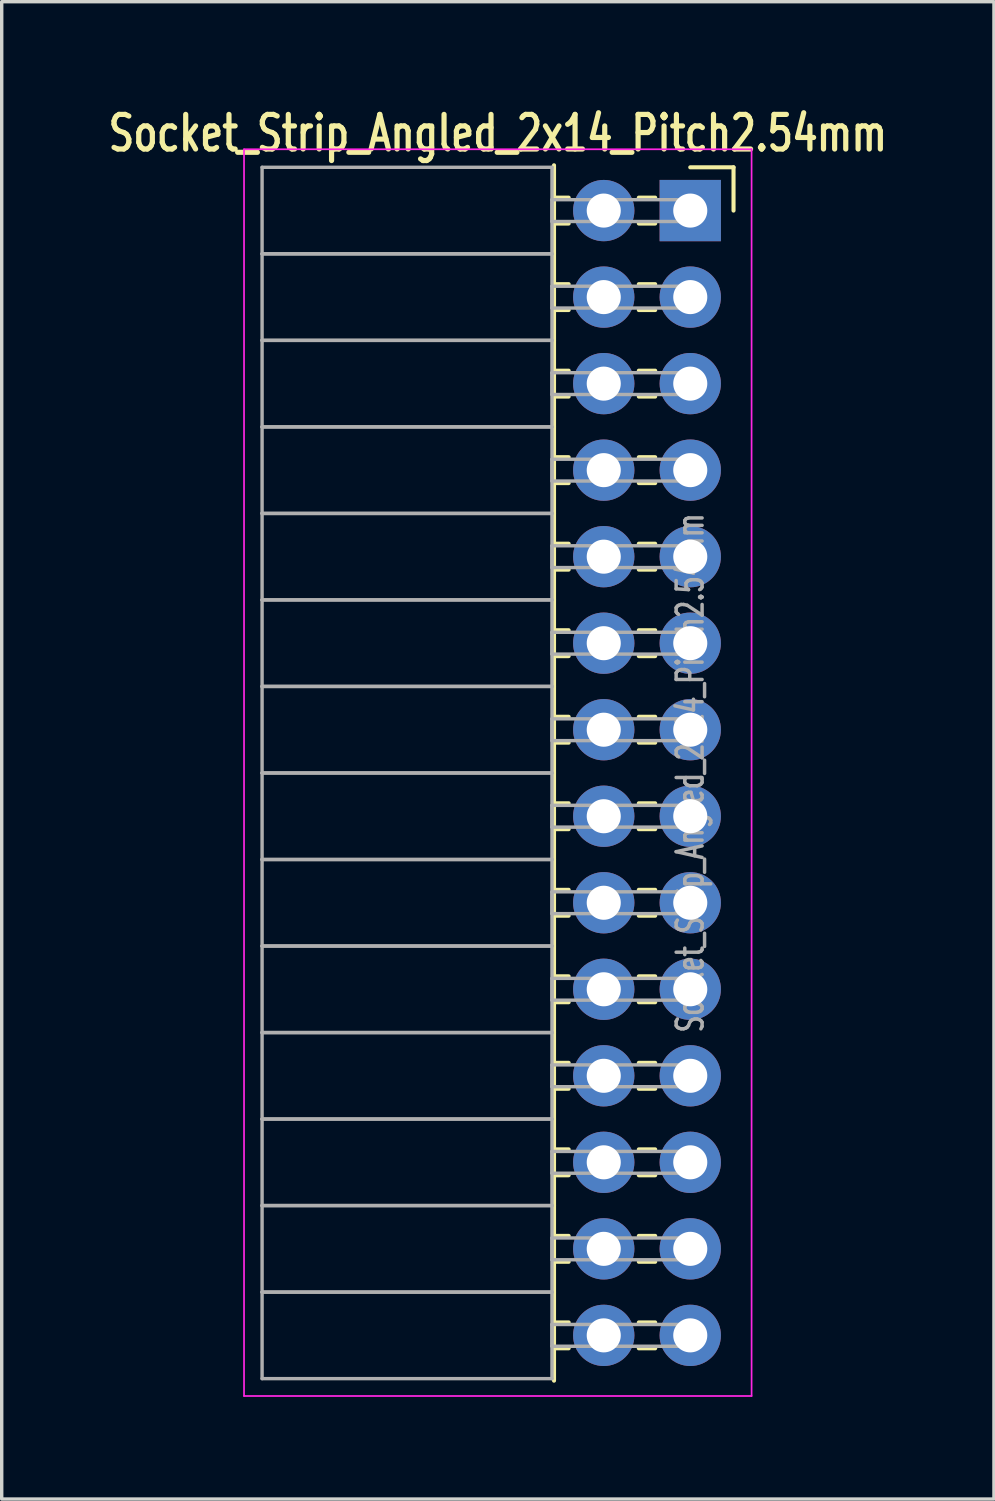
<source format=kicad_pcb>
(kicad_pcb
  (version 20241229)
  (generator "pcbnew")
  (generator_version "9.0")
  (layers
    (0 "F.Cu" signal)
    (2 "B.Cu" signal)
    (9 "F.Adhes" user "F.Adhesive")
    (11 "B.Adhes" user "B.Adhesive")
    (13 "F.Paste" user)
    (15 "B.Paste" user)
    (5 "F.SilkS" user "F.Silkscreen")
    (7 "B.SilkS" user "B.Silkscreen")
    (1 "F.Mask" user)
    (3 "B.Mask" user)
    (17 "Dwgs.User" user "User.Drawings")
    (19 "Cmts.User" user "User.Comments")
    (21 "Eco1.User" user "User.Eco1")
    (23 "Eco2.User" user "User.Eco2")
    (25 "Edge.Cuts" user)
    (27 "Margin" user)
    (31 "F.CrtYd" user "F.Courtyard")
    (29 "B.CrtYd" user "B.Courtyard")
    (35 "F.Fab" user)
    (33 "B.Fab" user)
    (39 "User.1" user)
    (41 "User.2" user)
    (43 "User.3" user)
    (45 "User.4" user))
  (footprint "Socket_Strip_Angled_2x14_Pitch2.54mm"
    (layer "F.Cu")
    (at 17.214 3.132)
    (property "Reference" "Socket_Strip_Angled_2x14_Pitch2.54mm" (at -5.65 -2.27 0) (layer "F.SilkS") (effects (font (size 1.016 0.762) (thickness 0.152))))
    (attr through_hole)
    (fp_line (start -4 -1.33) (end -4 1.27) (stroke (width 0.12) (type solid)) (layer "F.SilkS"))
    (fp_line (start -4 1.27) (end -4 3.81) (stroke (width 0.12) (type solid)) (layer "F.SilkS"))
    (fp_line (start -4 3.81) (end -4 6.35) (stroke (width 0.12) (type solid)) (layer "F.SilkS"))
    (fp_line (start -4 6.35) (end -4 8.89) (stroke (width 0.12) (type solid)) (layer "F.SilkS"))
    (fp_line (start -4 8.89) (end -4 11.43) (stroke (width 0.12) (type solid)) (layer "F.SilkS"))
    (fp_line (start -4 11.43) (end -4 13.97) (stroke (width 0.12) (type solid)) (layer "F.SilkS"))
    (fp_line (start -4 13.97) (end -4 16.51) (stroke (width 0.12) (type solid)) (layer "F.SilkS"))
    (fp_line (start -4 16.51) (end -4 19.05) (stroke (width 0.12) (type solid)) (layer "F.SilkS"))
    (fp_line (start -4 19.05) (end -4 21.59) (stroke (width 0.12) (type solid)) (layer "F.SilkS"))
    (fp_line (start -4 21.59) (end -4 24.13) (stroke (width 0.12) (type solid)) (layer "F.SilkS"))
    (fp_line (start -4 24.13) (end -4 26.67) (stroke (width 0.12) (type solid)) (layer "F.SilkS"))
    (fp_line (start -4 26.67) (end -4 29.21) (stroke (width 0.12) (type solid)) (layer "F.SilkS"))
    (fp_line (start -4 29.21) (end -4 31.75) (stroke (width 0.12) (type solid)) (layer "F.SilkS"))
    (fp_line (start -4 31.75) (end -4 34.35) (stroke (width 0.12) (type solid)) (layer "F.SilkS"))
    (fp_line (start -3.57 -0.38) (end -4 -0.38) (stroke (width 0.12) (type solid)) (layer "F.SilkS"))
    (fp_line (start -3.57 0.38) (end -4 0.38) (stroke (width 0.12) (type solid)) (layer "F.SilkS"))
    (fp_line (start -3.57 2.16) (end -4 2.16) (stroke (width 0.12) (type solid)) (layer "F.SilkS"))
    (fp_line (start -3.57 2.92) (end -4 2.92) (stroke (width 0.12) (type solid)) (layer "F.SilkS"))
    (fp_line (start -3.57 4.7) (end -4 4.7) (stroke (width 0.12) (type solid)) (layer "F.SilkS"))
    (fp_line (start -3.57 5.46) (end -4 5.46) (stroke (width 0.12) (type solid)) (layer "F.SilkS"))
    (fp_line (start -3.57 7.24) (end -4 7.24) (stroke (width 0.12) (type solid)) (layer "F.SilkS"))
    (fp_line (start -3.57 8) (end -4 8) (stroke (width 0.12) (type solid)) (layer "F.SilkS"))
    (fp_line (start -3.57 9.78) (end -4 9.78) (stroke (width 0.12) (type solid)) (layer "F.SilkS"))
    (fp_line (start -3.57 10.54) (end -4 10.54) (stroke (width 0.12) (type solid)) (layer "F.SilkS"))
    (fp_line (start -3.57 12.32) (end -4 12.32) (stroke (width 0.12) (type solid)) (layer "F.SilkS"))
    (fp_line (start -3.57 13.08) (end -4 13.08) (stroke (width 0.12) (type solid)) (layer "F.SilkS"))
    (fp_line (start -3.57 14.86) (end -4 14.86) (stroke (width 0.12) (type solid)) (layer "F.SilkS"))
    (fp_line (start -3.57 15.62) (end -4 15.62) (stroke (width 0.12) (type solid)) (layer "F.SilkS"))
    (fp_line (start -3.57 17.4) (end -4 17.4) (stroke (width 0.12) (type solid)) (layer "F.SilkS"))
    (fp_line (start -3.57 18.16) (end -4 18.16) (stroke (width 0.12) (type solid)) (layer "F.SilkS"))
    (fp_line (start -3.57 19.94) (end -4 19.94) (stroke (width 0.12) (type solid)) (layer "F.SilkS"))
    (fp_line (start -3.57 20.7) (end -4 20.7) (stroke (width 0.12) (type solid)) (layer "F.SilkS"))
    (fp_line (start -3.57 22.48) (end -4 22.48) (stroke (width 0.12) (type solid)) (layer "F.SilkS"))
    (fp_line (start -3.57 23.24) (end -4 23.24) (stroke (width 0.12) (type solid)) (layer "F.SilkS"))
    (fp_line (start -3.57 25.02) (end -4 25.02) (stroke (width 0.12) (type solid)) (layer "F.SilkS"))
    (fp_line (start -3.57 25.78) (end -4 25.78) (stroke (width 0.12) (type solid)) (layer "F.SilkS"))
    (fp_line (start -3.57 27.56) (end -4 27.56) (stroke (width 0.12) (type solid)) (layer "F.SilkS"))
    (fp_line (start -3.57 28.32) (end -4 28.32) (stroke (width 0.12) (type solid)) (layer "F.SilkS"))
    (fp_line (start -3.57 30.1) (end -4 30.1) (stroke (width 0.12) (type solid)) (layer "F.SilkS"))
    (fp_line (start -3.57 30.86) (end -4 30.86) (stroke (width 0.12) (type solid)) (layer "F.SilkS"))
    (fp_line (start -3.57 32.64) (end -4 32.64) (stroke (width 0.12) (type solid)) (layer "F.SilkS"))
    (fp_line (start -3.57 33.4) (end -4 33.4) (stroke (width 0.12) (type solid)) (layer "F.SilkS"))
    (fp_line (start -1.03 -0.38) (end -1.51 -0.38) (stroke (width 0.12) (type solid)) (layer "F.SilkS"))
    (fp_line (start -1.03 0.38) (end -1.51 0.38) (stroke (width 0.12) (type solid)) (layer "F.SilkS"))
    (fp_line (start -1.03 2.16) (end -1.51 2.16) (stroke (width 0.12) (type solid)) (layer "F.SilkS"))
    (fp_line (start -1.03 2.92) (end -1.51 2.92) (stroke (width 0.12) (type solid)) (layer "F.SilkS"))
    (fp_line (start -1.03 4.7) (end -1.51 4.7) (stroke (width 0.12) (type solid)) (layer "F.SilkS"))
    (fp_line (start -1.03 5.46) (end -1.51 5.46) (stroke (width 0.12) (type solid)) (layer "F.SilkS"))
    (fp_line (start -1.03 7.24) (end -1.51 7.24) (stroke (width 0.12) (type solid)) (layer "F.SilkS"))
    (fp_line (start -1.03 8) (end -1.51 8) (stroke (width 0.12) (type solid)) (layer "F.SilkS"))
    (fp_line (start -1.03 9.78) (end -1.51 9.78) (stroke (width 0.12) (type solid)) (layer "F.SilkS"))
    (fp_line (start -1.03 10.54) (end -1.51 10.54) (stroke (width 0.12) (type solid)) (layer "F.SilkS"))
    (fp_line (start -1.03 12.32) (end -1.51 12.32) (stroke (width 0.12) (type solid)) (layer "F.SilkS"))
    (fp_line (start -1.03 13.08) (end -1.51 13.08) (stroke (width 0.12) (type solid)) (layer "F.SilkS"))
    (fp_line (start -1.03 14.86) (end -1.51 14.86) (stroke (width 0.12) (type solid)) (layer "F.SilkS"))
    (fp_line (start -1.03 15.62) (end -1.51 15.62) (stroke (width 0.12) (type solid)) (layer "F.SilkS"))
    (fp_line (start -1.03 17.4) (end -1.51 17.4) (stroke (width 0.12) (type solid)) (layer "F.SilkS"))
    (fp_line (start -1.03 18.16) (end -1.51 18.16) (stroke (width 0.12) (type solid)) (layer "F.SilkS"))
    (fp_line (start -1.03 19.94) (end -1.51 19.94) (stroke (width 0.12) (type solid)) (layer "F.SilkS"))
    (fp_line (start -1.03 20.7) (end -1.51 20.7) (stroke (width 0.12) (type solid)) (layer "F.SilkS"))
    (fp_line (start -1.03 22.48) (end -1.51 22.48) (stroke (width 0.12) (type solid)) (layer "F.SilkS"))
    (fp_line (start -1.03 23.24) (end -1.51 23.24) (stroke (width 0.12) (type solid)) (layer "F.SilkS"))
    (fp_line (start -1.03 25.02) (end -1.51 25.02) (stroke (width 0.12) (type solid)) (layer "F.SilkS"))
    (fp_line (start -1.03 25.78) (end -1.51 25.78) (stroke (width 0.12) (type solid)) (layer "F.SilkS"))
    (fp_line (start -1.03 27.56) (end -1.51 27.56) (stroke (width 0.12) (type solid)) (layer "F.SilkS"))
    (fp_line (start -1.03 28.32) (end -1.51 28.32) (stroke (width 0.12) (type solid)) (layer "F.SilkS"))
    (fp_line (start -1.03 30.1) (end -1.51 30.1) (stroke (width 0.12) (type solid)) (layer "F.SilkS"))
    (fp_line (start -1.03 30.86) (end -1.51 30.86) (stroke (width 0.12) (type solid)) (layer "F.SilkS"))
    (fp_line (start -1.03 32.64) (end -1.51 32.64) (stroke (width 0.12) (type solid)) (layer "F.SilkS"))
    (fp_line (start -1.03 33.4) (end -1.51 33.4) (stroke (width 0.12) (type solid)) (layer "F.SilkS"))
    (fp_line (start 0 -1.27) (end 1.27 -1.27) (stroke (width 0.12) (type solid)) (layer "F.SilkS"))
    (fp_line (start 1.27 -1.27) (end 1.27 0) (stroke (width 0.12) (type solid)) (layer "F.SilkS"))
    (fp_line (start -13.1 -1.8) (end 1.8 -1.8) (stroke (width 0.05) (type solid)) (layer "F.CrtYd"))
    (fp_line (start -13.1 34.8) (end -13.1 -1.8) (stroke (width 0.05) (type solid)) (layer "F.CrtYd"))
    (fp_line (start 1.8 -1.8) (end 1.8 34.8) (stroke (width 0.05) (type solid)) (layer "F.CrtYd"))
    (fp_line (start 1.8 34.8) (end -13.1 34.8) (stroke (width 0.05) (type solid)) (layer "F.CrtYd"))
    (fp_line (start -12.57 -1.27) (end -4.06 -1.27) (stroke (width 0.1) (type solid)) (layer "F.Fab"))
    (fp_line (start -12.57 1.27) (end -12.57 -1.27) (stroke (width 0.1) (type solid)) (layer "F.Fab"))
    (fp_line (start -12.57 1.27) (end -4.06 1.27) (stroke (width 0.1) (type solid)) (layer "F.Fab"))
    (fp_line (start -12.57 3.81) (end -12.57 1.27) (stroke (width 0.1) (type solid)) (layer "F.Fab"))
    (fp_line (start -12.57 3.81) (end -4.06 3.81) (stroke (width 0.1) (type solid)) (layer "F.Fab"))
    (fp_line (start -12.57 6.35) (end -12.57 3.81) (stroke (width 0.1) (type solid)) (layer "F.Fab"))
    (fp_line (start -12.57 6.35) (end -4.06 6.35) (stroke (width 0.1) (type solid)) (layer "F.Fab"))
    (fp_line (start -12.57 8.89) (end -12.57 6.35) (stroke (width 0.1) (type solid)) (layer "F.Fab"))
    (fp_line (start -12.57 8.89) (end -4.06 8.89) (stroke (width 0.1) (type solid)) (layer "F.Fab"))
    (fp_line (start -12.57 11.43) (end -12.57 8.89) (stroke (width 0.1) (type solid)) (layer "F.Fab"))
    (fp_line (start -12.57 11.43) (end -4.06 11.43) (stroke (width 0.1) (type solid)) (layer "F.Fab"))
    (fp_line (start -12.57 13.97) (end -12.57 11.43) (stroke (width 0.1) (type solid)) (layer "F.Fab"))
    (fp_line (start -12.57 13.97) (end -4.06 13.97) (stroke (width 0.1) (type solid)) (layer "F.Fab"))
    (fp_line (start -12.57 16.51) (end -12.57 13.97) (stroke (width 0.1) (type solid)) (layer "F.Fab"))
    (fp_line (start -12.57 16.51) (end -4.06 16.51) (stroke (width 0.1) (type solid)) (layer "F.Fab"))
    (fp_line (start -12.57 19.05) (end -12.57 16.51) (stroke (width 0.1) (type solid)) (layer "F.Fab"))
    (fp_line (start -12.57 19.05) (end -4.06 19.05) (stroke (width 0.1) (type solid)) (layer "F.Fab"))
    (fp_line (start -12.57 21.59) (end -12.57 19.05) (stroke (width 0.1) (type solid)) (layer "F.Fab"))
    (fp_line (start -12.57 21.59) (end -4.06 21.59) (stroke (width 0.1) (type solid)) (layer "F.Fab"))
    (fp_line (start -12.57 24.13) (end -12.57 21.59) (stroke (width 0.1) (type solid)) (layer "F.Fab"))
    (fp_line (start -12.57 24.13) (end -4.06 24.13) (stroke (width 0.1) (type solid)) (layer "F.Fab"))
    (fp_line (start -12.57 26.67) (end -12.57 24.13) (stroke (width 0.1) (type solid)) (layer "F.Fab"))
    (fp_line (start -12.57 26.67) (end -4.06 26.67) (stroke (width 0.1) (type solid)) (layer "F.Fab"))
    (fp_line (start -12.57 29.21) (end -12.57 26.67) (stroke (width 0.1) (type solid)) (layer "F.Fab"))
    (fp_line (start -12.57 29.21) (end -4.06 29.21) (stroke (width 0.1) (type solid)) (layer "F.Fab"))
    (fp_line (start -12.57 31.75) (end -12.57 29.21) (stroke (width 0.1) (type solid)) (layer "F.Fab"))
    (fp_line (start -12.57 31.75) (end -4.06 31.75) (stroke (width 0.1) (type solid)) (layer "F.Fab"))
    (fp_line (start -12.57 34.29) (end -12.57 31.75) (stroke (width 0.1) (type solid)) (layer "F.Fab"))
    (fp_line (start -4.06 -1.27) (end -4.06 1.27) (stroke (width 0.1) (type solid)) (layer "F.Fab"))
    (fp_line (start -4.06 -0.32) (end 0 -0.32) (stroke (width 0.1) (type solid)) (layer "F.Fab"))
    (fp_line (start -4.06 0.32) (end -4.06 -0.32) (stroke (width 0.1) (type solid)) (layer "F.Fab"))
    (fp_line (start -4.06 1.27) (end -12.57 1.27) (stroke (width 0.1) (type solid)) (layer "F.Fab"))
    (fp_line (start -4.06 1.27) (end -4.06 3.81) (stroke (width 0.1) (type solid)) (layer "F.Fab"))
    (fp_line (start -4.06 2.22) (end 0 2.22) (stroke (width 0.1) (type solid)) (layer "F.Fab"))
    (fp_line (start -4.06 2.86) (end -4.06 2.22) (stroke (width 0.1) (type solid)) (layer "F.Fab"))
    (fp_line (start -4.06 3.81) (end -12.57 3.81) (stroke (width 0.1) (type solid)) (layer "F.Fab"))
    (fp_line (start -4.06 3.81) (end -4.06 6.35) (stroke (width 0.1) (type solid)) (layer "F.Fab"))
    (fp_line (start -4.06 4.76) (end 0 4.76) (stroke (width 0.1) (type solid)) (layer "F.Fab"))
    (fp_line (start -4.06 5.4) (end -4.06 4.76) (stroke (width 0.1) (type solid)) (layer "F.Fab"))
    (fp_line (start -4.06 6.35) (end -12.57 6.35) (stroke (width 0.1) (type solid)) (layer "F.Fab"))
    (fp_line (start -4.06 6.35) (end -4.06 8.89) (stroke (width 0.1) (type solid)) (layer "F.Fab"))
    (fp_line (start -4.06 7.3) (end 0 7.3) (stroke (width 0.1) (type solid)) (layer "F.Fab"))
    (fp_line (start -4.06 7.94) (end -4.06 7.3) (stroke (width 0.1) (type solid)) (layer "F.Fab"))
    (fp_line (start -4.06 8.89) (end -12.57 8.89) (stroke (width 0.1) (type solid)) (layer "F.Fab"))
    (fp_line (start -4.06 8.89) (end -4.06 11.43) (stroke (width 0.1) (type solid)) (layer "F.Fab"))
    (fp_line (start -4.06 9.84) (end 0 9.84) (stroke (width 0.1) (type solid)) (layer "F.Fab"))
    (fp_line (start -4.06 10.48) (end -4.06 9.84) (stroke (width 0.1) (type solid)) (layer "F.Fab"))
    (fp_line (start -4.06 11.43) (end -12.57 11.43) (stroke (width 0.1) (type solid)) (layer "F.Fab"))
    (fp_line (start -4.06 11.43) (end -4.06 13.97) (stroke (width 0.1) (type solid)) (layer "F.Fab"))
    (fp_line (start -4.06 12.38) (end 0 12.38) (stroke (width 0.1) (type solid)) (layer "F.Fab"))
    (fp_line (start -4.06 13.02) (end -4.06 12.38) (stroke (width 0.1) (type solid)) (layer "F.Fab"))
    (fp_line (start -4.06 13.97) (end -12.57 13.97) (stroke (width 0.1) (type solid)) (layer "F.Fab"))
    (fp_line (start -4.06 13.97) (end -4.06 16.51) (stroke (width 0.1) (type solid)) (layer "F.Fab"))
    (fp_line (start -4.06 14.92) (end 0 14.92) (stroke (width 0.1) (type solid)) (layer "F.Fab"))
    (fp_line (start -4.06 15.56) (end -4.06 14.92) (stroke (width 0.1) (type solid)) (layer "F.Fab"))
    (fp_line (start -4.06 16.51) (end -12.57 16.51) (stroke (width 0.1) (type solid)) (layer "F.Fab"))
    (fp_line (start -4.06 16.51) (end -4.06 19.05) (stroke (width 0.1) (type solid)) (layer "F.Fab"))
    (fp_line (start -4.06 17.46) (end 0 17.46) (stroke (width 0.1) (type solid)) (layer "F.Fab"))
    (fp_line (start -4.06 18.1) (end -4.06 17.46) (stroke (width 0.1) (type solid)) (layer "F.Fab"))
    (fp_line (start -4.06 19.05) (end -12.57 19.05) (stroke (width 0.1) (type solid)) (layer "F.Fab"))
    (fp_line (start -4.06 19.05) (end -4.06 21.59) (stroke (width 0.1) (type solid)) (layer "F.Fab"))
    (fp_line (start -4.06 20) (end 0 20) (stroke (width 0.1) (type solid)) (layer "F.Fab"))
    (fp_line (start -4.06 20.64) (end -4.06 20) (stroke (width 0.1) (type solid)) (layer "F.Fab"))
    (fp_line (start -4.06 21.59) (end -12.57 21.59) (stroke (width 0.1) (type solid)) (layer "F.Fab"))
    (fp_line (start -4.06 21.59) (end -4.06 24.13) (stroke (width 0.1) (type solid)) (layer "F.Fab"))
    (fp_line (start -4.06 22.54) (end 0 22.54) (stroke (width 0.1) (type solid)) (layer "F.Fab"))
    (fp_line (start -4.06 23.18) (end -4.06 22.54) (stroke (width 0.1) (type solid)) (layer "F.Fab"))
    (fp_line (start -4.06 24.13) (end -12.57 24.13) (stroke (width 0.1) (type solid)) (layer "F.Fab"))
    (fp_line (start -4.06 24.13) (end -4.06 26.67) (stroke (width 0.1) (type solid)) (layer "F.Fab"))
    (fp_line (start -4.06 25.08) (end 0 25.08) (stroke (width 0.1) (type solid)) (layer "F.Fab"))
    (fp_line (start -4.06 25.72) (end -4.06 25.08) (stroke (width 0.1) (type solid)) (layer "F.Fab"))
    (fp_line (start -4.06 26.67) (end -12.57 26.67) (stroke (width 0.1) (type solid)) (layer "F.Fab"))
    (fp_line (start -4.06 26.67) (end -4.06 29.21) (stroke (width 0.1) (type solid)) (layer "F.Fab"))
    (fp_line (start -4.06 27.62) (end 0 27.62) (stroke (width 0.1) (type solid)) (layer "F.Fab"))
    (fp_line (start -4.06 28.26) (end -4.06 27.62) (stroke (width 0.1) (type solid)) (layer "F.Fab"))
    (fp_line (start -4.06 29.21) (end -12.57 29.21) (stroke (width 0.1) (type solid)) (layer "F.Fab"))
    (fp_line (start -4.06 29.21) (end -4.06 31.75) (stroke (width 0.1) (type solid)) (layer "F.Fab"))
    (fp_line (start -4.06 30.16) (end 0 30.16) (stroke (width 0.1) (type solid)) (layer "F.Fab"))
    (fp_line (start -4.06 30.8) (end -4.06 30.16) (stroke (width 0.1) (type solid)) (layer "F.Fab"))
    (fp_line (start -4.06 31.75) (end -12.57 31.75) (stroke (width 0.1) (type solid)) (layer "F.Fab"))
    (fp_line (start -4.06 31.75) (end -4.06 34.29) (stroke (width 0.1) (type solid)) (layer "F.Fab"))
    (fp_line (start -4.06 32.7) (end 0 32.7) (stroke (width 0.1) (type solid)) (layer "F.Fab"))
    (fp_line (start -4.06 33.34) (end -4.06 32.7) (stroke (width 0.1) (type solid)) (layer "F.Fab"))
    (fp_line (start -4.06 34.29) (end -12.57 34.29) (stroke (width 0.1) (type solid)) (layer "F.Fab"))
    (fp_line (start 0 -0.32) (end 0 0.32) (stroke (width 0.1) (type solid)) (layer "F.Fab"))
    (fp_line (start 0 0.32) (end -4.06 0.32) (stroke (width 0.1) (type solid)) (layer "F.Fab"))
    (fp_line (start 0 2.22) (end 0 2.86) (stroke (width 0.1) (type solid)) (layer "F.Fab"))
    (fp_line (start 0 2.86) (end -4.06 2.86) (stroke (width 0.1) (type solid)) (layer "F.Fab"))
    (fp_line (start 0 4.76) (end 0 5.4) (stroke (width 0.1) (type solid)) (layer "F.Fab"))
    (fp_line (start 0 5.4) (end -4.06 5.4) (stroke (width 0.1) (type solid)) (layer "F.Fab"))
    (fp_line (start 0 7.3) (end 0 7.94) (stroke (width 0.1) (type solid)) (layer "F.Fab"))
    (fp_line (start 0 7.94) (end -4.06 7.94) (stroke (width 0.1) (type solid)) (layer "F.Fab"))
    (fp_line (start 0 9.84) (end 0 10.48) (stroke (width 0.1) (type solid)) (layer "F.Fab"))
    (fp_line (start 0 10.48) (end -4.06 10.48) (stroke (width 0.1) (type solid)) (layer "F.Fab"))
    (fp_line (start 0 12.38) (end 0 13.02) (stroke (width 0.1) (type solid)) (layer "F.Fab"))
    (fp_line (start 0 13.02) (end -4.06 13.02) (stroke (width 0.1) (type solid)) (layer "F.Fab"))
    (fp_line (start 0 14.92) (end 0 15.56) (stroke (width 0.1) (type solid)) (layer "F.Fab"))
    (fp_line (start 0 15.56) (end -4.06 15.56) (stroke (width 0.1) (type solid)) (layer "F.Fab"))
    (fp_line (start 0 17.46) (end 0 18.1) (stroke (width 0.1) (type solid)) (layer "F.Fab"))
    (fp_line (start 0 18.1) (end -4.06 18.1) (stroke (width 0.1) (type solid)) (layer "F.Fab"))
    (fp_line (start 0 20) (end 0 20.64) (stroke (width 0.1) (type solid)) (layer "F.Fab"))
    (fp_line (start 0 20.64) (end -4.06 20.64) (stroke (width 0.1) (type solid)) (layer "F.Fab"))
    (fp_line (start 0 22.54) (end 0 23.18) (stroke (width 0.1) (type solid)) (layer "F.Fab"))
    (fp_line (start 0 23.18) (end -4.06 23.18) (stroke (width 0.1) (type solid)) (layer "F.Fab"))
    (fp_line (start 0 25.08) (end 0 25.72) (stroke (width 0.1) (type solid)) (layer "F.Fab"))
    (fp_line (start 0 25.72) (end -4.06 25.72) (stroke (width 0.1) (type solid)) (layer "F.Fab"))
    (fp_line (start 0 27.62) (end 0 28.26) (stroke (width 0.1) (type solid)) (layer "F.Fab"))
    (fp_line (start 0 28.26) (end -4.06 28.26) (stroke (width 0.1) (type solid)) (layer "F.Fab"))
    (fp_line (start 0 30.16) (end 0 30.8) (stroke (width 0.1) (type solid)) (layer "F.Fab"))
    (fp_line (start 0 30.8) (end -4.06 30.8) (stroke (width 0.1) (type solid)) (layer "F.Fab"))
    (fp_line (start 0 32.7) (end 0 33.34) (stroke (width 0.1) (type solid)) (layer "F.Fab"))
    (fp_line (start 0 33.34) (end -4.06 33.34) (stroke (width 0.1) (type solid)) (layer "F.Fab"))
    (fp_text user "${REFERENCE}" (at 0 16.51 90) (layer "F.Fab") (effects (font (size 0.762 0.508) (thickness 0.102))))
    (pad "1" thru_hole rect (at 0 0) (size 1.8 1.8) (drill 1) (layers "*.Cu" "*.Mask"))
    (pad "2" thru_hole oval (at -2.54 0) (size 1.8 1.8) (drill 1) (layers "*.Cu" "*.Mask"))
    (pad "3" thru_hole oval (at 0 2.54) (size 1.8 1.8) (drill 1) (layers "*.Cu" "*.Mask"))
    (pad "4" thru_hole oval (at -2.54 2.54) (size 1.8 1.8) (drill 1) (layers "*.Cu" "*.Mask"))
    (pad "5" thru_hole oval (at 0 5.08) (size 1.8 1.8) (drill 1) (layers "*.Cu" "*.Mask"))
    (pad "6" thru_hole oval (at -2.54 5.08) (size 1.8 1.8) (drill 1) (layers "*.Cu" "*.Mask"))
    (pad "7" thru_hole oval (at 0 7.62) (size 1.8 1.8) (drill 1) (layers "*.Cu" "*.Mask"))
    (pad "8" thru_hole oval (at -2.54 7.62) (size 1.8 1.8) (drill 1) (layers "*.Cu" "*.Mask"))
    (pad "9" thru_hole oval (at 0 10.16) (size 1.8 1.8) (drill 1) (layers "*.Cu" "*.Mask"))
    (pad "10" thru_hole oval (at -2.54 10.16) (size 1.8 1.8) (drill 1) (layers "*.Cu" "*.Mask"))
    (pad "11" thru_hole oval (at 0 12.7) (size 1.8 1.8) (drill 1) (layers "*.Cu" "*.Mask"))
    (pad "12" thru_hole oval (at -2.54 12.7) (size 1.8 1.8) (drill 1) (layers "*.Cu" "*.Mask"))
    (pad "13" thru_hole oval (at 0 15.24) (size 1.8 1.8) (drill 1) (layers "*.Cu" "*.Mask"))
    (pad "14" thru_hole oval (at -2.54 15.24) (size 1.8 1.8) (drill 1) (layers "*.Cu" "*.Mask"))
    (pad "15" thru_hole oval (at 0 17.78) (size 1.8 1.8) (drill 1) (layers "*.Cu" "*.Mask"))
    (pad "16" thru_hole oval (at -2.54 17.78) (size 1.8 1.8) (drill 1) (layers "*.Cu" "*.Mask"))
    (pad "17" thru_hole oval (at 0 20.32) (size 1.8 1.8) (drill 1) (layers "*.Cu" "*.Mask"))
    (pad "18" thru_hole oval (at -2.54 20.32) (size 1.8 1.8) (drill 1) (layers "*.Cu" "*.Mask"))
    (pad "19" thru_hole oval (at 0 22.86) (size 1.8 1.8) (drill 1) (layers "*.Cu" "*.Mask"))
    (pad "20" thru_hole oval (at -2.54 22.86) (size 1.8 1.8) (drill 1) (layers "*.Cu" "*.Mask"))
    (pad "21" thru_hole oval (at 0 25.4) (size 1.8 1.8) (drill 1) (layers "*.Cu" "*.Mask"))
    (pad "22" thru_hole oval (at -2.54 25.4) (size 1.8 1.8) (drill 1) (layers "*.Cu" "*.Mask"))
    (pad "23" thru_hole oval (at 0 27.94) (size 1.8 1.8) (drill 1) (layers "*.Cu" "*.Mask"))
    (pad "24" thru_hole oval (at -2.54 27.94) (size 1.8 1.8) (drill 1) (layers "*.Cu" "*.Mask"))
    (pad "25" thru_hole oval (at 0 30.48) (size 1.8 1.8) (drill 1) (layers "*.Cu" "*.Mask"))
    (pad "26" thru_hole oval (at -2.54 30.48) (size 1.8 1.8) (drill 1) (layers "*.Cu" "*.Mask"))
    (pad "27" thru_hole oval (at 0 33.02) (size 1.8 1.8) (drill 1) (layers "*.Cu" "*.Mask"))
    (pad "28" thru_hole oval (at -2.54 33.02) (size 1.8 1.8) (drill 1) (layers "*.Cu" "*.Mask")))
  (gr_rect
    (start -3 -3)
    (end 26.129 40.957)
    (stroke (width 0.1) (type default))
    (fill no)
    (layer "Edge.Cuts")))
</source>
